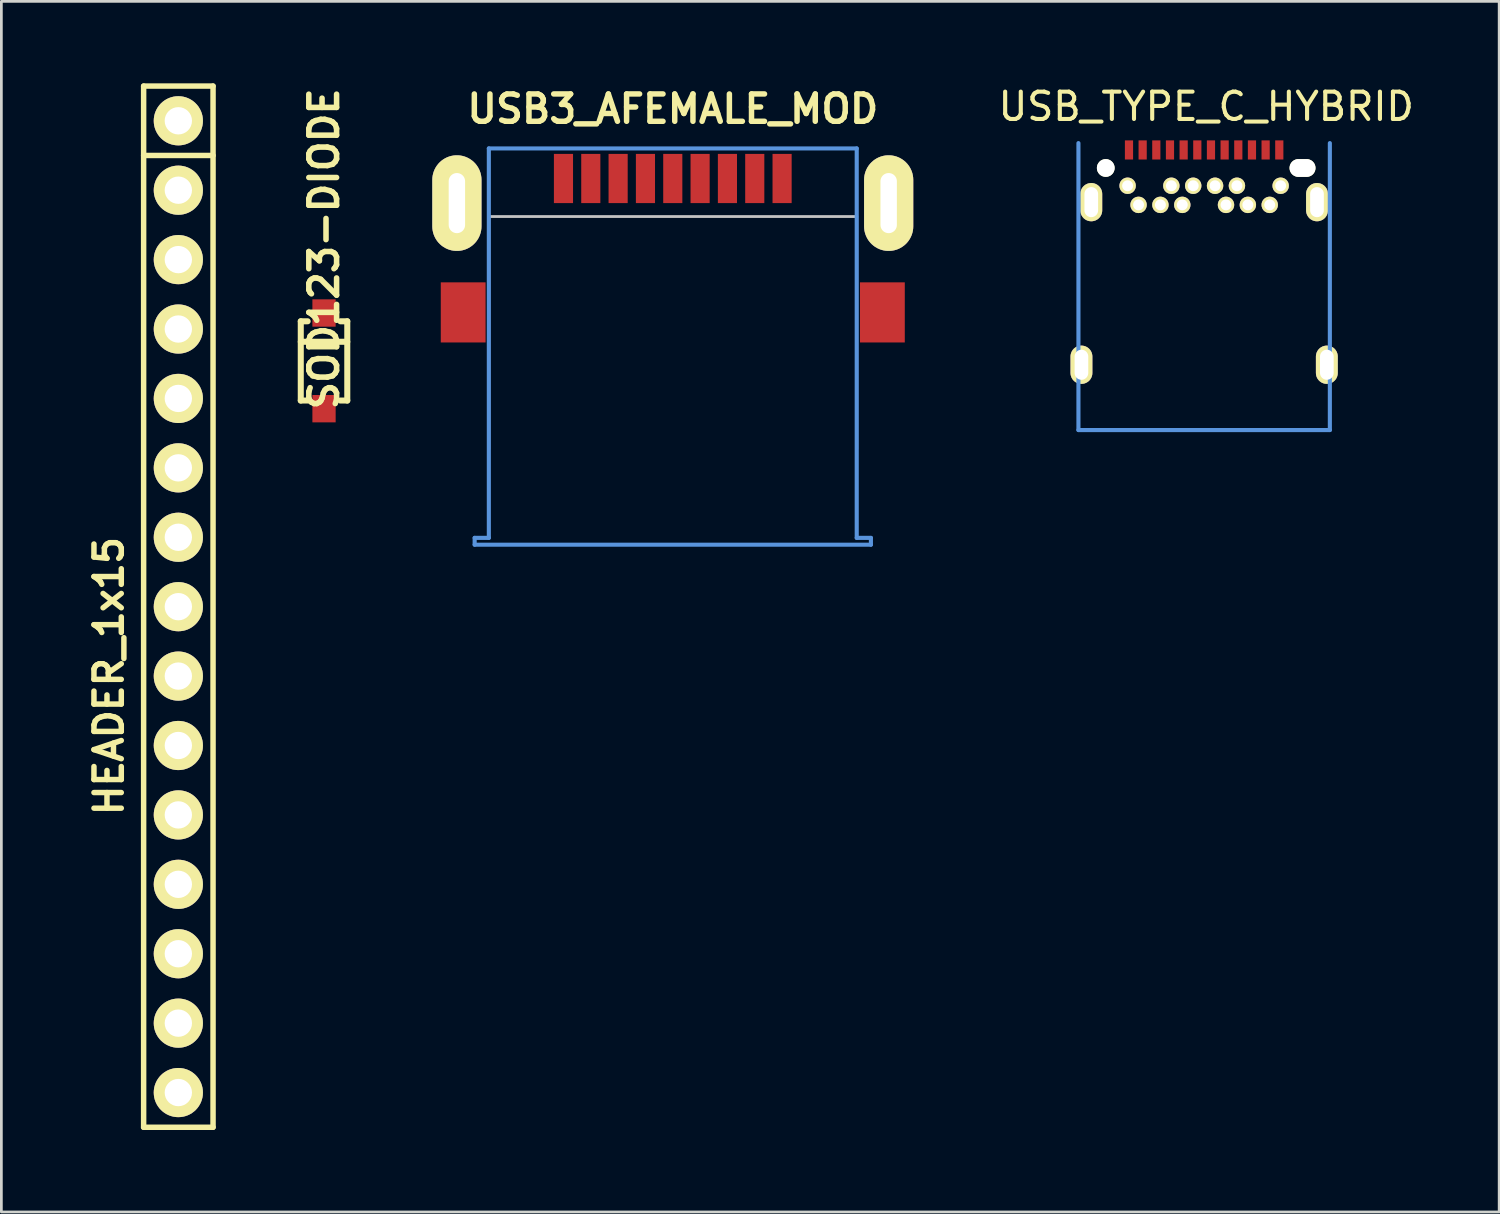
<source format=kicad_pcb>
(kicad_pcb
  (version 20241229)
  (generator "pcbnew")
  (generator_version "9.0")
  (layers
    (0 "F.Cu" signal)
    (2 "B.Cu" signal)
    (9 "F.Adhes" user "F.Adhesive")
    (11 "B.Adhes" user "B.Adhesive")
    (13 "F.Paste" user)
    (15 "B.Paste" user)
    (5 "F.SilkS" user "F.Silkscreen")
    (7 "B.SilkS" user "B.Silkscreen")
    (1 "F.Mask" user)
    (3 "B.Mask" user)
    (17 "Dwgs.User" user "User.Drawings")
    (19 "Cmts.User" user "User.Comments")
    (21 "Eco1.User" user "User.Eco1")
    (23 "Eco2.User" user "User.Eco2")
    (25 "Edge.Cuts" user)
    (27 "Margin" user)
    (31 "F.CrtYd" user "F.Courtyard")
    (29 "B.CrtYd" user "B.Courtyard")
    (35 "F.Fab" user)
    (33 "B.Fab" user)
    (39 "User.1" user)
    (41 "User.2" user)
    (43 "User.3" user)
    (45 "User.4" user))
  (footprint "SOD123-DIODE"
    (layer "F.Cu")
    (at 8.807 10.157)
    (property "Reference" "SOD123-DIODE" (at 0 -4.1 90) (layer "F.SilkS") (effects (font (size 1.016 1.016) (thickness 0.203))))
    (attr through_hole)
    (fp_line (start -0.851 -1.45) (end -0.599 -1.45) (stroke (width 0.221) (type solid)) (layer "F.SilkS"))
    (fp_line (start -0.851 -0.701) (end 0.851 -0.701) (stroke (width 0.221) (type solid)) (layer "F.SilkS"))
    (fp_line (start -0.851 1.45) (end -0.851 -1.45) (stroke (width 0.221) (type solid)) (layer "F.SilkS"))
    (fp_line (start -0.851 1.45) (end -0.599 1.45) (stroke (width 0.221) (type solid)) (layer "F.SilkS"))
    (fp_line (start 0.851 -1.45) (end 0.599 -1.45) (stroke (width 0.221) (type solid)) (layer "F.SilkS"))
    (fp_line (start 0.851 1.45) (end 0.599 1.45) (stroke (width 0.221) (type solid)) (layer "F.SilkS"))
    (fp_line (start 0.851 1.45) (end 0.851 -1.45) (stroke (width 0.221) (type solid)) (layer "F.SilkS"))
    (pad "1" smd rect (at 0 1.748 270) (size 1.001 0.851) (layers "F.Cu" "F.Mask" "F.Paste"))
    (pad "2" smd rect (at 0 -1.753 270) (size 1.001 0.851) (layers "F.Cu" "F.Mask" "F.Paste")))
  (footprint "USB_TYPE_C_HYBRID"
    (layer "F.Cu")
    (at 41.013 10.297)
    (property "Reference" "USB_TYPE_C_HYBRID" (at 0.076 -9.449 0) (layer "F.SilkS") (effects (font (size 1 1) (thickness 0.15))))
    (attr through_hole)
    (fp_line (start -4.6 -8.11) (end -4.6 2.39) (stroke (width 0.15) (type solid)) (layer "Cmts.User"))
    (fp_line (start -4.6 2.39) (end 4.6 2.39) (stroke (width 0.15) (type solid)) (layer "Cmts.User"))
    (fp_line (start 4.6 -8.11) (end 4.6 2.39) (stroke (width 0.15) (type solid)) (layer "Cmts.User"))
    (pad "" np_thru_hole circle (at -3.6 -7.2) (size 0.65 0.65) (drill 0.65) (layers "*.Cu" "*.Mask" "F.SilkS"))
    (pad "" np_thru_hole oval (at 3.6 -7.2) (size 0.95 0.65) (drill oval 0.95 0.65) (layers "*.Cu" "*.Mask" "F.SilkS"))
    (pad "0" thru_hole oval (at -4.49 0) (size 0.8 1.4) (drill oval 0.5 1.1) (layers "*.Cu" "*.Mask" "F.SilkS"))
    (pad "0" thru_hole oval (at -4.13 -5.95) (size 0.8 1.4) (drill oval 0.5 1.1) (layers "*.Cu" "*.Mask" "F.SilkS"))
    (pad "0" thru_hole oval (at 4.13 -5.95) (size 0.8 1.4) (drill oval 0.5 1.1) (layers "*.Cu" "*.Mask" "F.SilkS"))
    (pad "0" thru_hole oval (at 4.49 0) (size 0.8 1.4) (drill oval 0.5 1.1) (layers "*.Cu" "*.Mask" "F.SilkS"))
    (pad "A1" smd rect (at -2.75 -7.86) (size 0.3 0.7) (layers "F.Cu" "F.Mask" "F.Paste"))
    (pad "A2" smd rect (at -2.25 -7.86) (size 0.3 0.7) (layers "F.Cu" "F.Mask" "F.Paste"))
    (pad "A3" smd rect (at -1.75 -7.86) (size 0.3 0.7) (layers "F.Cu" "F.Mask" "F.Paste"))
    (pad "A4" smd rect (at -1.25 -7.86) (size 0.3 0.7) (layers "F.Cu" "F.Mask" "F.Paste"))
    (pad "A5" smd rect (at -0.75 -7.86) (size 0.3 0.7) (layers "F.Cu" "F.Mask" "F.Paste"))
    (pad "A6" smd rect (at -0.25 -7.86) (size 0.3 0.7) (layers "F.Cu" "F.Mask" "F.Paste"))
    (pad "A7" smd rect (at 0.25 -7.86) (size 0.3 0.7) (layers "F.Cu" "F.Mask" "F.Paste"))
    (pad "A8" smd rect (at 0.75 -7.86) (size 0.3 0.7) (layers "F.Cu" "F.Mask" "F.Paste"))
    (pad "A9" smd rect (at 1.25 -7.86) (size 0.3 0.7) (layers "F.Cu" "F.Mask" "F.Paste"))
    (pad "A10" smd rect (at 1.75 -7.86) (size 0.3 0.7) (layers "F.Cu" "F.Mask" "F.Paste"))
    (pad "A11" smd rect (at 2.25 -7.86) (size 0.3 0.7) (layers "F.Cu" "F.Mask" "F.Paste"))
    (pad "A12" smd rect (at 2.75 -7.86) (size 0.3 0.7) (layers "F.Cu" "F.Mask" "F.Paste"))
    (pad "B1" thru_hole circle (at 2.8 -6.55) (size 0.6 0.6) (drill 0.4) (layers "*.Cu" "*.Mask" "F.SilkS"))
    (pad "B2" thru_hole circle (at 2.4 -5.85) (size 0.6 0.6) (drill 0.4) (layers "*.Cu" "*.Mask" "F.SilkS"))
    (pad "B3" thru_hole circle (at 1.6 -5.85) (size 0.6 0.6) (drill 0.4) (layers "*.Cu" "*.Mask" "F.SilkS"))
    (pad "B4" thru_hole circle (at 1.2 -6.55) (size 0.6 0.6) (drill 0.4) (layers "*.Cu" "*.Mask" "F.SilkS"))
    (pad "B5" thru_hole circle (at 0.8 -5.85) (size 0.6 0.6) (drill 0.4) (layers "*.Cu" "*.Mask" "F.SilkS"))
    (pad "B6" thru_hole circle (at 0.4 -6.55) (size 0.6 0.6) (drill 0.4) (layers "*.Cu" "*.Mask" "F.SilkS"))
    (pad "B7" thru_hole circle (at -0.4 -6.55) (size 0.6 0.6) (drill 0.4) (layers "*.Cu" "*.Mask" "F.SilkS"))
    (pad "B8" thru_hole circle (at -0.8 -5.85) (size 0.6 0.6) (drill 0.4) (layers "*.Cu" "*.Mask" "F.SilkS"))
    (pad "B9" thru_hole circle (at -1.2 -6.55) (size 0.6 0.6) (drill 0.4) (layers "*.Cu" "*.Mask" "F.SilkS"))
    (pad "B10" thru_hole circle (at -1.6 -5.85) (size 0.6 0.6) (drill 0.4) (layers "*.Cu" "*.Mask" "F.SilkS"))
    (pad "B11" thru_hole circle (at -2.4 -5.85) (size 0.6 0.6) (drill 0.4) (layers "*.Cu" "*.Mask" "F.SilkS"))
    (pad "B12" thru_hole circle (at -2.8 -6.55) (size 0.6 0.6) (drill 0.4) (layers "*.Cu" "*.Mask" "F.SilkS")))
  (footprint "HEADER_1x15"
    (layer "F.Cu")
    (at 3.476 21.69)
    (property "Reference" "HEADER_1x15" (at -2.54 0 90) (layer "F.SilkS") (effects (font (size 1 1) (thickness 0.2))))
    (attr through_hole)
    (fp_line (start -1.27 -21.59) (end 1.27 -21.59) (stroke (width 0.2) (type solid)) (layer "F.SilkS"))
    (fp_line (start -1.27 -19.05) (end 1.27 -19.05) (stroke (width 0.2) (type solid)) (layer "F.SilkS"))
    (fp_line (start -1.27 16.51) (end -1.27 -21.59) (stroke (width 0.2) (type solid)) (layer "F.SilkS"))
    (fp_line (start -1.27 16.51) (end 1.27 16.51) (stroke (width 0.2) (type solid)) (layer "F.SilkS"))
    (fp_line (start 1.27 -21.59) (end 1.27 16.51) (stroke (width 0.2) (type solid)) (layer "F.SilkS"))
    (pad "1" thru_hole circle (at 0 -20.32) (size 1.8 1.8) (drill 1) (layers "*.Cu" "*.Mask" "F.SilkS"))
    (pad "2" thru_hole circle (at 0 -17.78) (size 1.8 1.8) (drill 1) (layers "*.Cu" "*.Mask" "F.SilkS"))
    (pad "3" thru_hole circle (at 0 -15.24) (size 1.8 1.8) (drill 1) (layers "*.Cu" "*.Mask" "F.SilkS"))
    (pad "4" thru_hole circle (at 0 -12.7) (size 1.8 1.8) (drill 1) (layers "*.Cu" "*.Mask" "F.SilkS"))
    (pad "5" thru_hole circle (at 0 -10.16) (size 1.8 1.8) (drill 1) (layers "*.Cu" "*.Mask" "F.SilkS"))
    (pad "6" thru_hole circle (at 0 -7.62) (size 1.8 1.8) (drill 1) (layers "*.Cu" "*.Mask" "F.SilkS"))
    (pad "7" thru_hole circle (at 0 -5.08) (size 1.8 1.8) (drill 1) (layers "*.Cu" "*.Mask" "F.SilkS"))
    (pad "8" thru_hole circle (at 0 -2.54) (size 1.8 1.8) (drill 1) (layers "*.Cu" "*.Mask" "F.SilkS"))
    (pad "9" thru_hole circle (at 0 0) (size 1.8 1.8) (drill 1) (layers "*.Cu" "*.Mask" "F.SilkS"))
    (pad "10" thru_hole circle (at 0 2.54) (size 1.8 1.8) (drill 1) (layers "*.Cu" "*.Mask" "F.SilkS"))
    (pad "11" thru_hole circle (at 0 5.08) (size 1.8 1.8) (drill 1) (layers "*.Cu" "*.Mask" "F.SilkS"))
    (pad "12" thru_hole circle (at 0 7.62) (size 1.8 1.8) (drill 1) (layers "*.Cu" "*.Mask" "F.SilkS"))
    (pad "13" thru_hole circle (at 0 10.16) (size 1.8 1.8) (drill 1) (layers "*.Cu" "*.Mask" "F.SilkS"))
    (pad "14" thru_hole circle (at 0 12.7) (size 1.8 1.8) (drill 1) (layers "*.Cu" "*.Mask" "F.SilkS"))
    (pad "15" thru_hole circle (at 0 15.24) (size 1.8 1.8) (drill 1) (layers "*.Cu" "*.Mask" "F.SilkS")))
  (footprint "USB3_AFEMALE_MOD"
    (layer "F.Cu")
    (at 21.569 13.382)
    (property "Reference" "USB3_AFEMALE_MOD" (at 0 -12.446 0) (layer "F.SilkS") (effects (font (size 1 1) (thickness 0.2))))
    (attr smd)
    (fp_line (start -6.731 -8.509) (end -6.731 0) (stroke (width 0.102) (type solid)) (layer "Dwgs.User"))
    (fp_line (start 6.731 -8.509) (end -6.731 -8.509) (stroke (width 0.102) (type solid)) (layer "Dwgs.User"))
    (fp_line (start 6.731 0) (end 6.731 -8.509) (stroke (width 0.102) (type solid)) (layer "Dwgs.User"))
    (fp_line (start -7.25 3.5) (end -7.25 3.25) (stroke (width 0.15) (type solid)) (layer "Cmts.User"))
    (fp_line (start -7.25 3.5) (end 7.25 3.5) (stroke (width 0.15) (type solid)) (layer "Cmts.User"))
    (fp_line (start -6.731 -11) (end -6.731 3.25) (stroke (width 0.15) (type solid)) (layer "Cmts.User"))
    (fp_line (start -6.731 -11) (end 6.731 -11) (stroke (width 0.15) (type solid)) (layer "Cmts.User"))
    (fp_line (start -6.731 3.25) (end -7.25 3.25) (stroke (width 0.15) (type solid)) (layer "Cmts.User"))
    (fp_line (start 6.731 -11) (end 6.731 3.25) (stroke (width 0.15) (type solid)) (layer "Cmts.User"))
    (fp_line (start 6.731 3.25) (end 7.25 3.25) (stroke (width 0.15) (type solid)) (layer "Cmts.User"))
    (fp_line (start 7.25 3.25) (end 7.25 3.5) (stroke (width 0.15) (type solid)) (layer "Cmts.User"))
    (pad "1" smd rect (at -3 -9.9) (size 0.7 1.8) (layers "F.Cu" "F.Mask" "F.Paste"))
    (pad "2" smd rect (at -1 -9.9) (size 0.7 1.8) (layers "F.Cu" "F.Mask" "F.Paste"))
    (pad "3" smd rect (at 1 -9.9) (size 0.7 1.8) (layers "F.Cu" "F.Mask" "F.Paste"))
    (pad "4" smd rect (at 3 -9.9) (size 0.7 1.8) (layers "F.Cu" "F.Mask" "F.Paste"))
    (pad "5" smd rect (at 4 -9.9) (size 0.7 1.8) (layers "F.Cu" "F.Mask" "F.Paste"))
    (pad "6" smd rect (at 2 -9.9) (size 0.7 1.8) (layers "F.Cu" "F.Mask" "F.Paste"))
    (pad "7" smd rect (at 0 -9.9) (size 0.7 1.8) (layers "F.Cu" "F.Mask" "F.Paste"))
    (pad "8" smd rect (at -2 -9.9) (size 0.7 1.8) (layers "F.Cu" "F.Mask" "F.Paste"))
    (pad "9" smd rect (at -4 -9.9) (size 0.7 1.8) (layers "F.Cu" "F.Mask" "F.Paste"))
    (pad "10" thru_hole oval (at -7.9 -9) (size 1.8 3.5) (drill oval 0.6 2.2) (layers "*.Cu" "*.Mask" "F.SilkS" "F.Paste"))
    (pad "10" smd rect (at -7.67 -5) (size 1.64 2.2) (layers "F.Cu" "F.Mask" "F.Paste"))
    (pad "10" smd rect (at 7.67 -5) (size 1.64 2.2) (layers "F.Cu" "F.Mask" "F.Paste"))
    (pad "10" thru_hole oval (at 7.9 -9) (size 1.8 3.5) (drill oval 0.6 2.2) (layers "*.Cu" "*.Mask" "F.SilkS" "F.Paste")))
  (gr_rect
    (start -3 -3)
    (end 51.809 41.3)
    (stroke (width 0.1) (type default))
    (fill no)
    (layer "Edge.Cuts")))
</source>
